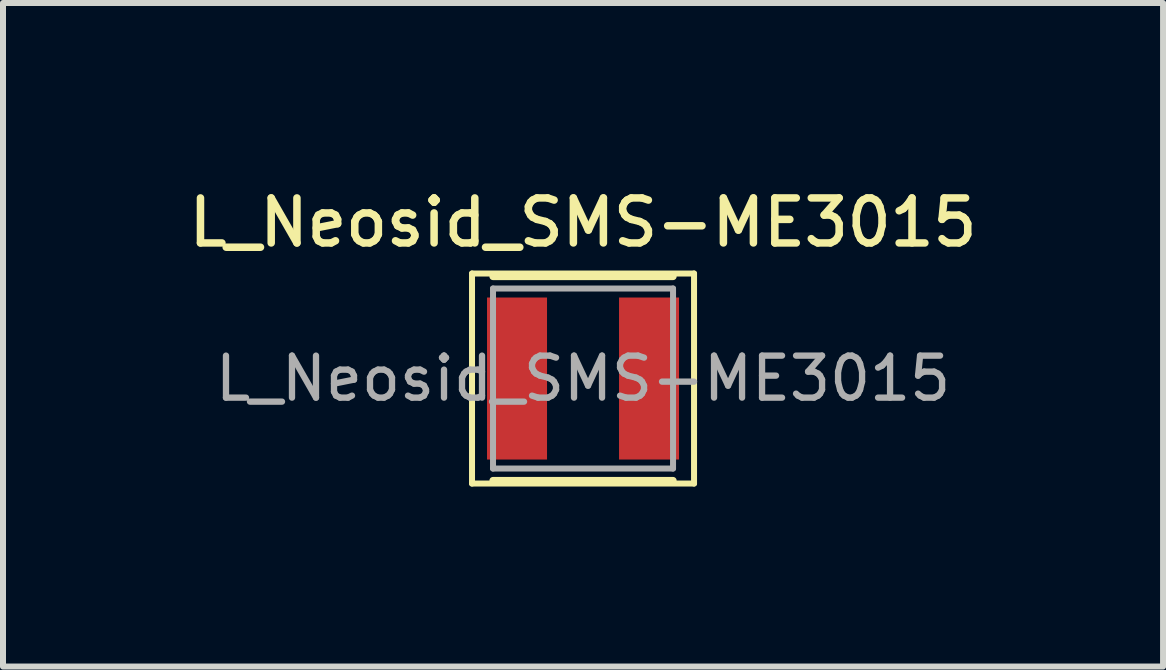
<source format=kicad_pcb>
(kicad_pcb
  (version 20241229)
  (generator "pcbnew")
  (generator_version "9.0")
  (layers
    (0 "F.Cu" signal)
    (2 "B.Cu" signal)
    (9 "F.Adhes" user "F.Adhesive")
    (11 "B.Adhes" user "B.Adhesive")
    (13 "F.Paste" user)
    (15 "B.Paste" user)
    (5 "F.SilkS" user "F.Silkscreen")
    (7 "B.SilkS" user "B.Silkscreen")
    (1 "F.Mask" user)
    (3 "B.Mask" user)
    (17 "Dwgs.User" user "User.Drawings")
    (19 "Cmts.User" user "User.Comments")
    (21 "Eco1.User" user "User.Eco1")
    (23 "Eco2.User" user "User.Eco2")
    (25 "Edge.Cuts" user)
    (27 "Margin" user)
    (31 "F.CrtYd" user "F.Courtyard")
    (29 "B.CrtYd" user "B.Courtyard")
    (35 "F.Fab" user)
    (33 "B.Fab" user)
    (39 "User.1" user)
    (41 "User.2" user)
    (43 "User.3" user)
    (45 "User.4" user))
  (footprint "L_Neosid_SMS-ME3015"
    (layer "F.Cu")
    (at 6.666 3.258)
    (property "Reference" "L_Neosid_SMS-ME3015" (at 0 -2.6 0) (layer "F.SilkS") (effects (font (size 0.75 0.75) (thickness 0.125))))
    (attr smd)
    (fp_line (start -1.85 -1.75) (end -1.85 1.75) (stroke (width 0.1) (type solid)) (layer "F.SilkS"))
    (fp_line (start -1.85 -1.75) (end 1.85 -1.75) (stroke (width 0.1) (type solid)) (layer "F.SilkS"))
    (fp_line (start 1.5 -1.7) (end -1.5 -1.7) (stroke (width 0.12) (type solid)) (layer "F.SilkS"))
    (fp_line (start 1.5 1.7) (end -1.5 1.7) (stroke (width 0.12) (type solid)) (layer "F.SilkS"))
    (fp_line (start 1.85 1.75) (end -1.85 1.75) (stroke (width 0.1) (type solid)) (layer "F.SilkS"))
    (fp_line (start 1.85 1.75) (end 1.85 -1.75) (stroke (width 0.1) (type solid)) (layer "F.SilkS"))
    (fp_line (start -1.5 -1.5) (end -1.5 1.5) (stroke (width 0.1) (type solid)) (layer "F.Fab"))
    (fp_line (start -1.5 1.5) (end 1.5 1.5) (stroke (width 0.1) (type solid)) (layer "F.Fab"))
    (fp_line (start 1.5 -1.5) (end -1.5 -1.5) (stroke (width 0.1) (type solid)) (layer "F.Fab"))
    (fp_line (start 1.5 1.5) (end 1.5 -1.5) (stroke (width 0.1) (type solid)) (layer "F.Fab"))
    (fp_text user "${REFERENCE}" (at 0 0 0) (layer "F.Fab") (effects (font (size 0.7 0.7) (thickness 0.105))))
    (pad "1" smd rect (at -1.1 0) (size 1 2.7) (layers "F.Cu" "F.Mask" "F.Paste"))
    (pad "2" smd rect (at 1.1 0) (size 1 2.7) (layers "F.Cu" "F.Mask" "F.Paste")))
  (gr_rect
    (start -3 -3)
    (end 16.332 8.058)
    (stroke (width 0.1) (type default))
    (fill no)
    (layer "Edge.Cuts")))
</source>
